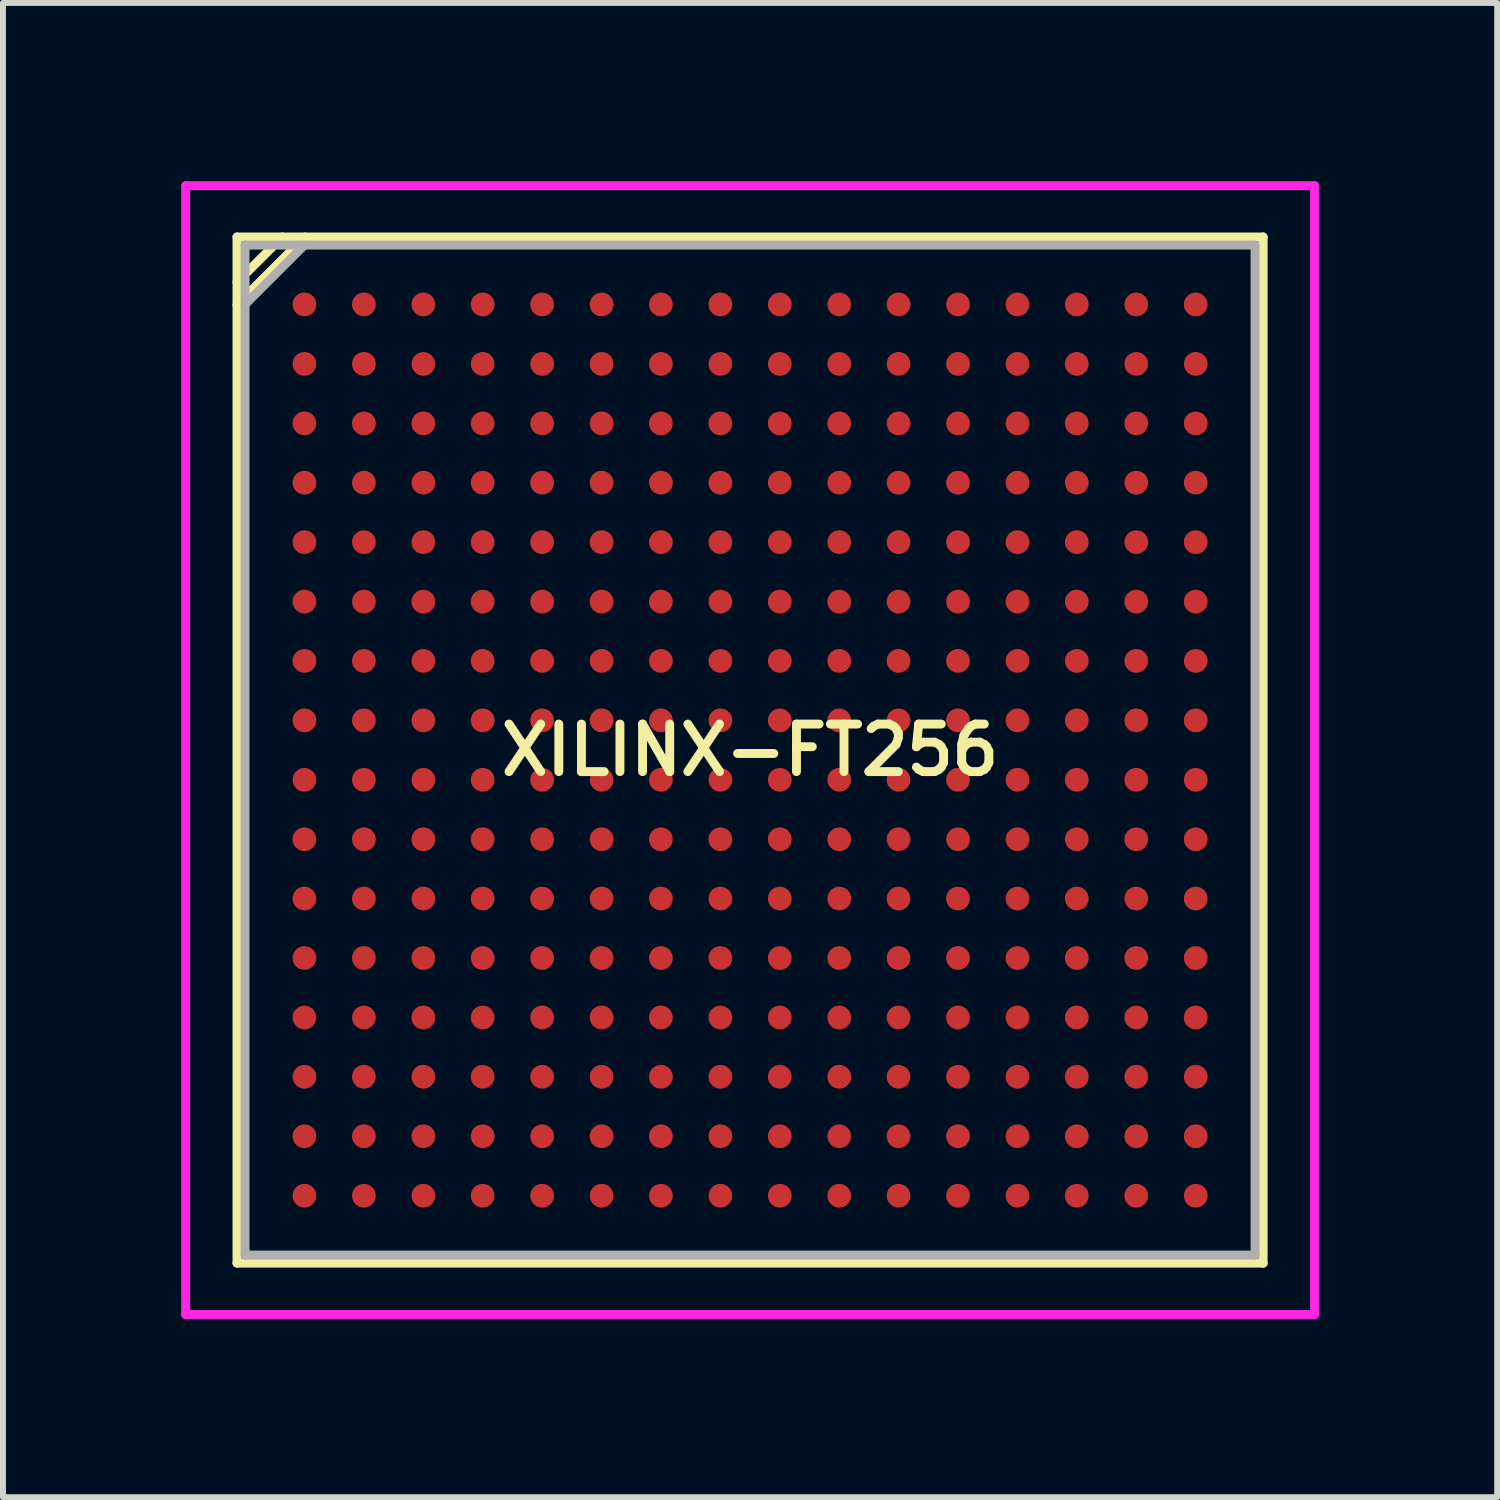
<source format=kicad_pcb>
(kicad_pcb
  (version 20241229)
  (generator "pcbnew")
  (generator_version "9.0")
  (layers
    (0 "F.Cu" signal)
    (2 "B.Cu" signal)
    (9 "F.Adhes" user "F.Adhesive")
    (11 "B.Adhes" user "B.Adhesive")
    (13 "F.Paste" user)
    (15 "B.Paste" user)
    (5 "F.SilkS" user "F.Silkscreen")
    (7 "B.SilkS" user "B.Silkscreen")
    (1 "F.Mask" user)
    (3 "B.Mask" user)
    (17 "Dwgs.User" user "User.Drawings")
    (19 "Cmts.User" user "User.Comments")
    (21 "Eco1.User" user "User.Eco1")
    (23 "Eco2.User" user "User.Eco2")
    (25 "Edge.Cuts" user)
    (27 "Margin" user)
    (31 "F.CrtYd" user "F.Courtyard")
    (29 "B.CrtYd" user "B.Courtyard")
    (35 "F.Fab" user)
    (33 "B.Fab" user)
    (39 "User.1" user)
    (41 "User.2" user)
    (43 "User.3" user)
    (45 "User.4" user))
  (footprint "XILINX-FT256"
    (layer "F.Cu")
    (at 9.575 9.575)
    (property "Reference" "XILINX-FT256" (at 0 0 0) (layer "F.SilkS") (effects (font (size 0.8 0.8) (thickness 0.15))))
    (attr smd)
    (fp_line (start -8.636 -8.636) (end 8.636 -8.636) (stroke (width 0.15) (type solid)) (layer "F.SilkS"))
    (fp_line (start -8.636 -7.874) (end -7.874 -8.636) (stroke (width 0.15) (type solid)) (layer "F.SilkS"))
    (fp_line (start -8.636 -7.493) (end -7.493 -8.636) (stroke (width 0.15) (type solid)) (layer "F.SilkS"))
    (fp_line (start -8.636 8.636) (end -8.636 -8.636) (stroke (width 0.15) (type solid)) (layer "F.SilkS"))
    (fp_line (start 8.636 -8.636) (end 8.636 8.636) (stroke (width 0.15) (type solid)) (layer "F.SilkS"))
    (fp_line (start 8.636 8.636) (end -8.636 8.636) (stroke (width 0.15) (type solid)) (layer "F.SilkS"))
    (fp_line (start -9.5 -9.5) (end 9.5 -9.5) (stroke (width 0.15) (type solid)) (layer "F.CrtYd"))
    (fp_line (start -9.5 9.5) (end -9.5 -9.5) (stroke (width 0.15) (type solid)) (layer "F.CrtYd"))
    (fp_line (start 9.5 -9.5) (end 9.5 9.5) (stroke (width 0.15) (type solid)) (layer "F.CrtYd"))
    (fp_line (start 9.5 9.5) (end -9.5 9.5) (stroke (width 0.15) (type solid)) (layer "F.CrtYd"))
    (fp_line (start -8.5 -8.5) (end 8.5 -8.5) (stroke (width 0.15) (type solid)) (layer "F.Fab"))
    (fp_line (start -8.5 8.5) (end -8.5 -8.5) (stroke (width 0.15) (type solid)) (layer "F.Fab"))
    (fp_line (start -7.5 -8.5) (end -8.5 -7.5) (stroke (width 0.15) (type solid)) (layer "F.Fab"))
    (fp_line (start 8.5 -8.5) (end 8.5 8.5) (stroke (width 0.15) (type solid)) (layer "F.Fab"))
    (fp_line (start 8.5 8.5) (end -8.5 8.5) (stroke (width 0.15) (type solid)) (layer "F.Fab"))
    (pad "A1" smd circle (at -7.501 -7.501) (size 0.4 0.4) (layers "F.Cu" "F.Mask" "F.Paste"))
    (pad "A2" smd circle (at -6.5 -7.501) (size 0.4 0.4) (layers "F.Cu" "F.Mask" "F.Paste"))
    (pad "A3" smd circle (at -5.499 -7.501) (size 0.4 0.4) (layers "F.Cu" "F.Mask" "F.Paste"))
    (pad "A4" smd circle (at -4.501 -7.501) (size 0.4 0.4) (layers "F.Cu" "F.Mask" "F.Paste"))
    (pad "A5" smd circle (at -3.5 -7.501) (size 0.4 0.4) (layers "F.Cu" "F.Mask" "F.Paste"))
    (pad "A6" smd circle (at -2.499 -7.501) (size 0.4 0.4) (layers "F.Cu" "F.Mask" "F.Paste"))
    (pad "A7" smd circle (at -1.501 -7.501) (size 0.4 0.4) (layers "F.Cu" "F.Mask" "F.Paste"))
    (pad "A8" smd circle (at -0.5 -7.501) (size 0.4 0.4) (layers "F.Cu" "F.Mask" "F.Paste"))
    (pad "A9" smd circle (at 0.5 -7.501) (size 0.4 0.4) (layers "F.Cu" "F.Mask" "F.Paste"))
    (pad "A10" smd circle (at 1.501 -7.501) (size 0.4 0.4) (layers "F.Cu" "F.Mask" "F.Paste"))
    (pad "A11" smd circle (at 2.499 -7.501) (size 0.4 0.4) (layers "F.Cu" "F.Mask" "F.Paste"))
    (pad "A12" smd circle (at 3.5 -7.501) (size 0.4 0.4) (layers "F.Cu" "F.Mask" "F.Paste"))
    (pad "A13" smd circle (at 4.501 -7.501) (size 0.4 0.4) (layers "F.Cu" "F.Mask" "F.Paste"))
    (pad "A14" smd circle (at 5.499 -7.501) (size 0.4 0.4) (layers "F.Cu" "F.Mask" "F.Paste"))
    (pad "A15" smd circle (at 6.5 -7.501) (size 0.4 0.4) (layers "F.Cu" "F.Mask" "F.Paste"))
    (pad "A16" smd circle (at 7.501 -7.501) (size 0.4 0.4) (layers "F.Cu" "F.Mask" "F.Paste"))
    (pad "B1" smd circle (at -7.501 -6.5) (size 0.4 0.4) (layers "F.Cu" "F.Mask" "F.Paste"))
    (pad "B2" smd circle (at -6.5 -6.5) (size 0.4 0.4) (layers "F.Cu" "F.Mask" "F.Paste"))
    (pad "B3" smd circle (at -5.499 -6.5) (size 0.4 0.4) (layers "F.Cu" "F.Mask" "F.Paste"))
    (pad "B4" smd circle (at -4.501 -6.5) (size 0.4 0.4) (layers "F.Cu" "F.Mask" "F.Paste"))
    (pad "B5" smd circle (at -3.5 -6.5) (size 0.4 0.4) (layers "F.Cu" "F.Mask" "F.Paste"))
    (pad "B6" smd circle (at -2.499 -6.5) (size 0.4 0.4) (layers "F.Cu" "F.Mask" "F.Paste"))
    (pad "B7" smd circle (at -1.501 -6.5) (size 0.4 0.4) (layers "F.Cu" "F.Mask" "F.Paste"))
    (pad "B8" smd circle (at -0.5 -6.5) (size 0.4 0.4) (layers "F.Cu" "F.Mask" "F.Paste"))
    (pad "B9" smd circle (at 0.5 -6.5) (size 0.4 0.4) (layers "F.Cu" "F.Mask" "F.Paste"))
    (pad "B10" smd circle (at 1.501 -6.5) (size 0.4 0.4) (layers "F.Cu" "F.Mask" "F.Paste"))
    (pad "B11" smd circle (at 2.499 -6.5) (size 0.4 0.4) (layers "F.Cu" "F.Mask" "F.Paste"))
    (pad "B12" smd circle (at 3.5 -6.5) (size 0.4 0.4) (layers "F.Cu" "F.Mask" "F.Paste"))
    (pad "B13" smd circle (at 4.501 -6.5) (size 0.4 0.4) (layers "F.Cu" "F.Mask" "F.Paste"))
    (pad "B14" smd circle (at 5.499 -6.5) (size 0.4 0.4) (layers "F.Cu" "F.Mask" "F.Paste"))
    (pad "B15" smd circle (at 6.5 -6.5) (size 0.4 0.4) (layers "F.Cu" "F.Mask" "F.Paste"))
    (pad "B16" smd circle (at 7.501 -6.5) (size 0.4 0.4) (layers "F.Cu" "F.Mask" "F.Paste"))
    (pad "C1" smd circle (at -7.501 -5.499) (size 0.4 0.4) (layers "F.Cu" "F.Mask" "F.Paste"))
    (pad "C2" smd circle (at -6.5 -5.499) (size 0.4 0.4) (layers "F.Cu" "F.Mask" "F.Paste"))
    (pad "C3" smd circle (at -5.499 -5.499) (size 0.4 0.4) (layers "F.Cu" "F.Mask" "F.Paste"))
    (pad "C4" smd circle (at -4.501 -5.499) (size 0.4 0.4) (layers "F.Cu" "F.Mask" "F.Paste"))
    (pad "C5" smd circle (at -3.5 -5.499) (size 0.4 0.4) (layers "F.Cu" "F.Mask" "F.Paste"))
    (pad "C6" smd circle (at -2.499 -5.499) (size 0.4 0.4) (layers "F.Cu" "F.Mask" "F.Paste"))
    (pad "C7" smd circle (at -1.501 -5.499) (size 0.4 0.4) (layers "F.Cu" "F.Mask" "F.Paste"))
    (pad "C8" smd circle (at -0.5 -5.499) (size 0.4 0.4) (layers "F.Cu" "F.Mask" "F.Paste"))
    (pad "C9" smd circle (at 0.5 -5.499) (size 0.4 0.4) (layers "F.Cu" "F.Mask" "F.Paste"))
    (pad "C10" smd circle (at 1.501 -5.499) (size 0.4 0.4) (layers "F.Cu" "F.Mask" "F.Paste"))
    (pad "C11" smd circle (at 2.499 -5.499) (size 0.4 0.4) (layers "F.Cu" "F.Mask" "F.Paste"))
    (pad "C12" smd circle (at 3.5 -5.499) (size 0.4 0.4) (layers "F.Cu" "F.Mask" "F.Paste"))
    (pad "C13" smd circle (at 4.501 -5.499) (size 0.4 0.4) (layers "F.Cu" "F.Mask" "F.Paste"))
    (pad "C14" smd circle (at 5.499 -5.499) (size 0.4 0.4) (layers "F.Cu" "F.Mask" "F.Paste"))
    (pad "C15" smd circle (at 6.5 -5.499) (size 0.4 0.4) (layers "F.Cu" "F.Mask" "F.Paste"))
    (pad "C16" smd circle (at 7.501 -5.499) (size 0.4 0.4) (layers "F.Cu" "F.Mask" "F.Paste"))
    (pad "D1" smd circle (at -7.501 -4.501) (size 0.4 0.4) (layers "F.Cu" "F.Mask" "F.Paste"))
    (pad "D2" smd circle (at -6.5 -4.501) (size 0.4 0.4) (layers "F.Cu" "F.Mask" "F.Paste"))
    (pad "D3" smd circle (at -5.499 -4.501) (size 0.4 0.4) (layers "F.Cu" "F.Mask" "F.Paste"))
    (pad "D4" smd circle (at -4.501 -4.501) (size 0.4 0.4) (layers "F.Cu" "F.Mask" "F.Paste"))
    (pad "D5" smd circle (at -3.5 -4.501) (size 0.4 0.4) (layers "F.Cu" "F.Mask" "F.Paste"))
    (pad "D6" smd circle (at -2.499 -4.501) (size 0.4 0.4) (layers "F.Cu" "F.Mask" "F.Paste"))
    (pad "D7" smd circle (at -1.501 -4.501) (size 0.4 0.4) (layers "F.Cu" "F.Mask" "F.Paste"))
    (pad "D8" smd circle (at -0.5 -4.501) (size 0.4 0.4) (layers "F.Cu" "F.Mask" "F.Paste"))
    (pad "D9" smd circle (at 0.5 -4.501) (size 0.4 0.4) (layers "F.Cu" "F.Mask" "F.Paste"))
    (pad "D10" smd circle (at 1.501 -4.501) (size 0.4 0.4) (layers "F.Cu" "F.Mask" "F.Paste"))
    (pad "D11" smd circle (at 2.499 -4.501) (size 0.4 0.4) (layers "F.Cu" "F.Mask" "F.Paste"))
    (pad "D12" smd circle (at 3.5 -4.501) (size 0.4 0.4) (layers "F.Cu" "F.Mask" "F.Paste"))
    (pad "D13" smd circle (at 4.501 -4.501) (size 0.4 0.4) (layers "F.Cu" "F.Mask" "F.Paste"))
    (pad "D14" smd circle (at 5.499 -4.501) (size 0.4 0.4) (layers "F.Cu" "F.Mask" "F.Paste"))
    (pad "D15" smd circle (at 6.5 -4.501) (size 0.4 0.4) (layers "F.Cu" "F.Mask" "F.Paste"))
    (pad "D16" smd circle (at 7.501 -4.501) (size 0.4 0.4) (layers "F.Cu" "F.Mask" "F.Paste"))
    (pad "E1" smd circle (at -7.501 -3.5) (size 0.4 0.4) (layers "F.Cu" "F.Mask" "F.Paste"))
    (pad "E2" smd circle (at -6.5 -3.5) (size 0.4 0.4) (layers "F.Cu" "F.Mask" "F.Paste"))
    (pad "E3" smd circle (at -5.499 -3.5) (size 0.4 0.4) (layers "F.Cu" "F.Mask" "F.Paste"))
    (pad "E4" smd circle (at -4.501 -3.5) (size 0.4 0.4) (layers "F.Cu" "F.Mask" "F.Paste"))
    (pad "E5" smd circle (at -3.5 -3.5) (size 0.4 0.4) (layers "F.Cu" "F.Mask" "F.Paste"))
    (pad "E6" smd circle (at -2.499 -3.5) (size 0.4 0.4) (layers "F.Cu" "F.Mask" "F.Paste"))
    (pad "E7" smd circle (at -1.501 -3.5) (size 0.4 0.4) (layers "F.Cu" "F.Mask" "F.Paste"))
    (pad "E8" smd circle (at -0.5 -3.5) (size 0.4 0.4) (layers "F.Cu" "F.Mask" "F.Paste"))
    (pad "E9" smd circle (at 0.5 -3.5) (size 0.4 0.4) (layers "F.Cu" "F.Mask" "F.Paste"))
    (pad "E10" smd circle (at 1.501 -3.5) (size 0.4 0.4) (layers "F.Cu" "F.Mask" "F.Paste"))
    (pad "E11" smd circle (at 2.499 -3.5) (size 0.4 0.4) (layers "F.Cu" "F.Mask" "F.Paste"))
    (pad "E12" smd circle (at 3.5 -3.5) (size 0.4 0.4) (layers "F.Cu" "F.Mask" "F.Paste"))
    (pad "E13" smd circle (at 4.501 -3.5) (size 0.4 0.4) (layers "F.Cu" "F.Mask" "F.Paste"))
    (pad "E14" smd circle (at 5.499 -3.5) (size 0.4 0.4) (layers "F.Cu" "F.Mask" "F.Paste"))
    (pad "E15" smd circle (at 6.5 -3.5) (size 0.4 0.4) (layers "F.Cu" "F.Mask" "F.Paste"))
    (pad "E16" smd circle (at 7.501 -3.5) (size 0.4 0.4) (layers "F.Cu" "F.Mask" "F.Paste"))
    (pad "F1" smd circle (at -7.501 -2.499) (size 0.4 0.4) (layers "F.Cu" "F.Mask" "F.Paste"))
    (pad "F2" smd circle (at -6.5 -2.499) (size 0.4 0.4) (layers "F.Cu" "F.Mask" "F.Paste"))
    (pad "F3" smd circle (at -5.499 -2.499) (size 0.4 0.4) (layers "F.Cu" "F.Mask" "F.Paste"))
    (pad "F4" smd circle (at -4.501 -2.499) (size 0.4 0.4) (layers "F.Cu" "F.Mask" "F.Paste"))
    (pad "F5" smd circle (at -3.5 -2.499) (size 0.4 0.4) (layers "F.Cu" "F.Mask" "F.Paste"))
    (pad "F6" smd circle (at -2.499 -2.499) (size 0.4 0.4) (layers "F.Cu" "F.Mask" "F.Paste"))
    (pad "F7" smd circle (at -1.501 -2.499) (size 0.4 0.4) (layers "F.Cu" "F.Mask" "F.Paste"))
    (pad "F8" smd circle (at -0.5 -2.499) (size 0.4 0.4) (layers "F.Cu" "F.Mask" "F.Paste"))
    (pad "F9" smd circle (at 0.5 -2.499) (size 0.4 0.4) (layers "F.Cu" "F.Mask" "F.Paste"))
    (pad "F10" smd circle (at 1.501 -2.499) (size 0.4 0.4) (layers "F.Cu" "F.Mask" "F.Paste"))
    (pad "F11" smd circle (at 2.499 -2.499) (size 0.4 0.4) (layers "F.Cu" "F.Mask" "F.Paste"))
    (pad "F12" smd circle (at 3.5 -2.499) (size 0.4 0.4) (layers "F.Cu" "F.Mask" "F.Paste"))
    (pad "F13" smd circle (at 4.501 -2.499) (size 0.4 0.4) (layers "F.Cu" "F.Mask" "F.Paste"))
    (pad "F14" smd circle (at 5.499 -2.499) (size 0.4 0.4) (layers "F.Cu" "F.Mask" "F.Paste"))
    (pad "F15" smd circle (at 6.5 -2.499) (size 0.4 0.4) (layers "F.Cu" "F.Mask" "F.Paste"))
    (pad "F16" smd circle (at 7.501 -2.499) (size 0.4 0.4) (layers "F.Cu" "F.Mask" "F.Paste"))
    (pad "G1" smd circle (at -7.501 -1.501) (size 0.4 0.4) (layers "F.Cu" "F.Mask" "F.Paste"))
    (pad "G2" smd circle (at -6.5 -1.501) (size 0.4 0.4) (layers "F.Cu" "F.Mask" "F.Paste"))
    (pad "G3" smd circle (at -5.499 -1.501) (size 0.4 0.4) (layers "F.Cu" "F.Mask" "F.Paste"))
    (pad "G4" smd circle (at -4.501 -1.501) (size 0.4 0.4) (layers "F.Cu" "F.Mask" "F.Paste"))
    (pad "G5" smd circle (at -3.5 -1.501) (size 0.4 0.4) (layers "F.Cu" "F.Mask" "F.Paste"))
    (pad "G6" smd circle (at -2.499 -1.501) (size 0.4 0.4) (layers "F.Cu" "F.Mask" "F.Paste"))
    (pad "G7" smd circle (at -1.501 -1.501) (size 0.4 0.4) (layers "F.Cu" "F.Mask" "F.Paste"))
    (pad "G8" smd circle (at -0.5 -1.501) (size 0.4 0.4) (layers "F.Cu" "F.Mask" "F.Paste"))
    (pad "G9" smd circle (at 0.5 -1.501) (size 0.4 0.4) (layers "F.Cu" "F.Mask" "F.Paste"))
    (pad "G10" smd circle (at 1.501 -1.501) (size 0.4 0.4) (layers "F.Cu" "F.Mask" "F.Paste"))
    (pad "G11" smd circle (at 2.499 -1.501) (size 0.4 0.4) (layers "F.Cu" "F.Mask" "F.Paste"))
    (pad "G12" smd circle (at 3.5 -1.501) (size 0.4 0.4) (layers "F.Cu" "F.Mask" "F.Paste"))
    (pad "G13" smd circle (at 4.501 -1.501) (size 0.4 0.4) (layers "F.Cu" "F.Mask" "F.Paste"))
    (pad "G14" smd circle (at 5.499 -1.501) (size 0.4 0.4) (layers "F.Cu" "F.Mask" "F.Paste"))
    (pad "G15" smd circle (at 6.5 -1.501) (size 0.4 0.4) (layers "F.Cu" "F.Mask" "F.Paste"))
    (pad "G16" smd circle (at 7.501 -1.501) (size 0.4 0.4) (layers "F.Cu" "F.Mask" "F.Paste"))
    (pad "H1" smd circle (at -7.501 -0.5) (size 0.4 0.4) (layers "F.Cu" "F.Mask" "F.Paste"))
    (pad "H2" smd circle (at -6.5 -0.5) (size 0.4 0.4) (layers "F.Cu" "F.Mask" "F.Paste"))
    (pad "H3" smd circle (at -5.499 -0.5) (size 0.4 0.4) (layers "F.Cu" "F.Mask" "F.Paste"))
    (pad "H4" smd circle (at -4.501 -0.5) (size 0.4 0.4) (layers "F.Cu" "F.Mask" "F.Paste"))
    (pad "H5" smd circle (at -3.5 -0.5) (size 0.4 0.4) (layers "F.Cu" "F.Mask" "F.Paste"))
    (pad "H6" smd circle (at -2.499 -0.5) (size 0.4 0.4) (layers "F.Cu" "F.Mask" "F.Paste"))
    (pad "H7" smd circle (at -1.501 -0.5) (size 0.4 0.4) (layers "F.Cu" "F.Mask" "F.Paste"))
    (pad "H8" smd circle (at -0.5 -0.5) (size 0.4 0.4) (layers "F.Cu" "F.Mask" "F.Paste"))
    (pad "H9" smd circle (at 0.5 -0.5) (size 0.4 0.4) (layers "F.Cu" "F.Mask" "F.Paste"))
    (pad "H10" smd circle (at 1.501 -0.5) (size 0.4 0.4) (layers "F.Cu" "F.Mask" "F.Paste"))
    (pad "H11" smd circle (at 2.499 -0.5) (size 0.4 0.4) (layers "F.Cu" "F.Mask" "F.Paste"))
    (pad "H12" smd circle (at 3.5 -0.5) (size 0.4 0.4) (layers "F.Cu" "F.Mask" "F.Paste"))
    (pad "H13" smd circle (at 4.501 -0.5) (size 0.4 0.4) (layers "F.Cu" "F.Mask" "F.Paste"))
    (pad "H14" smd circle (at 5.499 -0.5) (size 0.4 0.4) (layers "F.Cu" "F.Mask" "F.Paste"))
    (pad "H15" smd circle (at 6.5 -0.5) (size 0.4 0.4) (layers "F.Cu" "F.Mask" "F.Paste"))
    (pad "H16" smd circle (at 7.501 -0.5) (size 0.4 0.4) (layers "F.Cu" "F.Mask" "F.Paste"))
    (pad "J1" smd circle (at -7.501 0.5) (size 0.4 0.4) (layers "F.Cu" "F.Mask" "F.Paste"))
    (pad "J2" smd circle (at -6.5 0.5) (size 0.4 0.4) (layers "F.Cu" "F.Mask" "F.Paste"))
    (pad "J3" smd circle (at -5.499 0.5) (size 0.4 0.4) (layers "F.Cu" "F.Mask" "F.Paste"))
    (pad "J4" smd circle (at -4.501 0.5) (size 0.4 0.4) (layers "F.Cu" "F.Mask" "F.Paste"))
    (pad "J5" smd circle (at -3.5 0.5) (size 0.4 0.4) (layers "F.Cu" "F.Mask" "F.Paste"))
    (pad "J6" smd circle (at -2.499 0.5) (size 0.4 0.4) (layers "F.Cu" "F.Mask" "F.Paste"))
    (pad "J7" smd circle (at -1.501 0.5) (size 0.4 0.4) (layers "F.Cu" "F.Mask" "F.Paste"))
    (pad "J8" smd circle (at -0.5 0.5) (size 0.4 0.4) (layers "F.Cu" "F.Mask" "F.Paste"))
    (pad "J9" smd circle (at 0.5 0.5) (size 0.4 0.4) (layers "F.Cu" "F.Mask" "F.Paste"))
    (pad "J10" smd circle (at 1.501 0.5) (size 0.4 0.4) (layers "F.Cu" "F.Mask" "F.Paste"))
    (pad "J11" smd circle (at 2.499 0.5) (size 0.4 0.4) (layers "F.Cu" "F.Mask" "F.Paste"))
    (pad "J12" smd circle (at 3.5 0.5) (size 0.4 0.4) (layers "F.Cu" "F.Mask" "F.Paste"))
    (pad "J13" smd circle (at 4.501 0.5) (size 0.4 0.4) (layers "F.Cu" "F.Mask" "F.Paste"))
    (pad "J14" smd circle (at 5.499 0.5) (size 0.4 0.4) (layers "F.Cu" "F.Mask" "F.Paste"))
    (pad "J15" smd circle (at 6.5 0.5) (size 0.4 0.4) (layers "F.Cu" "F.Mask" "F.Paste"))
    (pad "J16" smd circle (at 7.501 0.5) (size 0.4 0.4) (layers "F.Cu" "F.Mask" "F.Paste"))
    (pad "K1" smd circle (at -7.501 1.501) (size 0.4 0.4) (layers "F.Cu" "F.Mask" "F.Paste"))
    (pad "K2" smd circle (at -6.5 1.501) (size 0.4 0.4) (layers "F.Cu" "F.Mask" "F.Paste"))
    (pad "K3" smd circle (at -5.499 1.501) (size 0.4 0.4) (layers "F.Cu" "F.Mask" "F.Paste"))
    (pad "K4" smd circle (at -4.501 1.501) (size 0.4 0.4) (layers "F.Cu" "F.Mask" "F.Paste"))
    (pad "K5" smd circle (at -3.5 1.501) (size 0.4 0.4) (layers "F.Cu" "F.Mask" "F.Paste"))
    (pad "K6" smd circle (at -2.499 1.501) (size 0.4 0.4) (layers "F.Cu" "F.Mask" "F.Paste"))
    (pad "K7" smd circle (at -1.501 1.501) (size 0.4 0.4) (layers "F.Cu" "F.Mask" "F.Paste"))
    (pad "K8" smd circle (at -0.5 1.501) (size 0.4 0.4) (layers "F.Cu" "F.Mask" "F.Paste"))
    (pad "K9" smd circle (at 0.5 1.501) (size 0.4 0.4) (layers "F.Cu" "F.Mask" "F.Paste"))
    (pad "K10" smd circle (at 1.501 1.501) (size 0.4 0.4) (layers "F.Cu" "F.Mask" "F.Paste"))
    (pad "K11" smd circle (at 2.499 1.501) (size 0.4 0.4) (layers "F.Cu" "F.Mask" "F.Paste"))
    (pad "K12" smd circle (at 3.5 1.501) (size 0.4 0.4) (layers "F.Cu" "F.Mask" "F.Paste"))
    (pad "K13" smd circle (at 4.501 1.501) (size 0.4 0.4) (layers "F.Cu" "F.Mask" "F.Paste"))
    (pad "K14" smd circle (at 5.499 1.501) (size 0.4 0.4) (layers "F.Cu" "F.Mask" "F.Paste"))
    (pad "K15" smd circle (at 6.5 1.501) (size 0.4 0.4) (layers "F.Cu" "F.Mask" "F.Paste"))
    (pad "K16" smd circle (at 7.501 1.501) (size 0.4 0.4) (layers "F.Cu" "F.Mask" "F.Paste"))
    (pad "L1" smd circle (at -7.501 2.499) (size 0.4 0.4) (layers "F.Cu" "F.Mask" "F.Paste"))
    (pad "L2" smd circle (at -6.5 2.499) (size 0.4 0.4) (layers "F.Cu" "F.Mask" "F.Paste"))
    (pad "L3" smd circle (at -5.499 2.499) (size 0.4 0.4) (layers "F.Cu" "F.Mask" "F.Paste"))
    (pad "L4" smd circle (at -4.501 2.499) (size 0.4 0.4) (layers "F.Cu" "F.Mask" "F.Paste"))
    (pad "L5" smd circle (at -3.5 2.499) (size 0.4 0.4) (layers "F.Cu" "F.Mask" "F.Paste"))
    (pad "L6" smd circle (at -2.499 2.499) (size 0.4 0.4) (layers "F.Cu" "F.Mask" "F.Paste"))
    (pad "L7" smd circle (at -1.501 2.499) (size 0.4 0.4) (layers "F.Cu" "F.Mask" "F.Paste"))
    (pad "L8" smd circle (at -0.5 2.499) (size 0.4 0.4) (layers "F.Cu" "F.Mask" "F.Paste"))
    (pad "L9" smd circle (at 0.5 2.499) (size 0.4 0.4) (layers "F.Cu" "F.Mask" "F.Paste"))
    (pad "L10" smd circle (at 1.501 2.499) (size 0.4 0.4) (layers "F.Cu" "F.Mask" "F.Paste"))
    (pad "L11" smd circle (at 2.499 2.499) (size 0.4 0.4) (layers "F.Cu" "F.Mask" "F.Paste"))
    (pad "L12" smd circle (at 3.5 2.499) (size 0.4 0.4) (layers "F.Cu" "F.Mask" "F.Paste"))
    (pad "L13" smd circle (at 4.501 2.499) (size 0.4 0.4) (layers "F.Cu" "F.Mask" "F.Paste"))
    (pad "L14" smd circle (at 5.499 2.499) (size 0.4 0.4) (layers "F.Cu" "F.Mask" "F.Paste"))
    (pad "L15" smd circle (at 6.5 2.499) (size 0.4 0.4) (layers "F.Cu" "F.Mask" "F.Paste"))
    (pad "L16" smd circle (at 7.501 2.499) (size 0.4 0.4) (layers "F.Cu" "F.Mask" "F.Paste"))
    (pad "M1" smd circle (at -7.501 3.5) (size 0.4 0.4) (layers "F.Cu" "F.Mask" "F.Paste"))
    (pad "M2" smd circle (at -6.5 3.5) (size 0.4 0.4) (layers "F.Cu" "F.Mask" "F.Paste"))
    (pad "M3" smd circle (at -5.499 3.5) (size 0.4 0.4) (layers "F.Cu" "F.Mask" "F.Paste"))
    (pad "M4" smd circle (at -4.501 3.5) (size 0.4 0.4) (layers "F.Cu" "F.Mask" "F.Paste"))
    (pad "M5" smd circle (at -3.5 3.5) (size 0.4 0.4) (layers "F.Cu" "F.Mask" "F.Paste"))
    (pad "M6" smd circle (at -2.499 3.5) (size 0.4 0.4) (layers "F.Cu" "F.Mask" "F.Paste"))
    (pad "M7" smd circle (at -1.501 3.5) (size 0.4 0.4) (layers "F.Cu" "F.Mask" "F.Paste"))
    (pad "M8" smd circle (at -0.5 3.5) (size 0.4 0.4) (layers "F.Cu" "F.Mask" "F.Paste"))
    (pad "M9" smd circle (at 0.5 3.5) (size 0.4 0.4) (layers "F.Cu" "F.Mask" "F.Paste"))
    (pad "M10" smd circle (at 1.501 3.5) (size 0.4 0.4) (layers "F.Cu" "F.Mask" "F.Paste"))
    (pad "M11" smd circle (at 2.499 3.5) (size 0.4 0.4) (layers "F.Cu" "F.Mask" "F.Paste"))
    (pad "M12" smd circle (at 3.5 3.5) (size 0.4 0.4) (layers "F.Cu" "F.Mask" "F.Paste"))
    (pad "M13" smd circle (at 4.501 3.5) (size 0.4 0.4) (layers "F.Cu" "F.Mask" "F.Paste"))
    (pad "M14" smd circle (at 5.499 3.5) (size 0.4 0.4) (layers "F.Cu" "F.Mask" "F.Paste"))
    (pad "M15" smd circle (at 6.5 3.5) (size 0.4 0.4) (layers "F.Cu" "F.Mask" "F.Paste"))
    (pad "M16" smd circle (at 7.501 3.5) (size 0.4 0.4) (layers "F.Cu" "F.Mask" "F.Paste"))
    (pad "N1" smd circle (at -7.501 4.501) (size 0.4 0.4) (layers "F.Cu" "F.Mask" "F.Paste"))
    (pad "N2" smd circle (at -6.5 4.501) (size 0.4 0.4) (layers "F.Cu" "F.Mask" "F.Paste"))
    (pad "N3" smd circle (at -5.499 4.501) (size 0.4 0.4) (layers "F.Cu" "F.Mask" "F.Paste"))
    (pad "N4" smd circle (at -4.501 4.501) (size 0.4 0.4) (layers "F.Cu" "F.Mask" "F.Paste"))
    (pad "N5" smd circle (at -3.5 4.501) (size 0.4 0.4) (layers "F.Cu" "F.Mask" "F.Paste"))
    (pad "N6" smd circle (at -2.499 4.501) (size 0.4 0.4) (layers "F.Cu" "F.Mask" "F.Paste"))
    (pad "N7" smd circle (at -1.501 4.501) (size 0.4 0.4) (layers "F.Cu" "F.Mask" "F.Paste"))
    (pad "N8" smd circle (at -0.5 4.501) (size 0.4 0.4) (layers "F.Cu" "F.Mask" "F.Paste"))
    (pad "N9" smd circle (at 0.5 4.501) (size 0.4 0.4) (layers "F.Cu" "F.Mask" "F.Paste"))
    (pad "N10" smd circle (at 1.501 4.501) (size 0.4 0.4) (layers "F.Cu" "F.Mask" "F.Paste"))
    (pad "N11" smd circle (at 2.499 4.501) (size 0.4 0.4) (layers "F.Cu" "F.Mask" "F.Paste"))
    (pad "N12" smd circle (at 3.5 4.501) (size 0.4 0.4) (layers "F.Cu" "F.Mask" "F.Paste"))
    (pad "N13" smd circle (at 4.501 4.501) (size 0.4 0.4) (layers "F.Cu" "F.Mask" "F.Paste"))
    (pad "N14" smd circle (at 5.499 4.501) (size 0.4 0.4) (layers "F.Cu" "F.Mask" "F.Paste"))
    (pad "N15" smd circle (at 6.5 4.501) (size 0.4 0.4) (layers "F.Cu" "F.Mask" "F.Paste"))
    (pad "N16" smd circle (at 7.501 4.501) (size 0.4 0.4) (layers "F.Cu" "F.Mask" "F.Paste"))
    (pad "P1" smd circle (at -7.501 5.499) (size 0.4 0.4) (layers "F.Cu" "F.Mask" "F.Paste"))
    (pad "P2" smd circle (at -6.5 5.499) (size 0.4 0.4) (layers "F.Cu" "F.Mask" "F.Paste"))
    (pad "P3" smd circle (at -5.499 5.499) (size 0.4 0.4) (layers "F.Cu" "F.Mask" "F.Paste"))
    (pad "P4" smd circle (at -4.501 5.499) (size 0.4 0.4) (layers "F.Cu" "F.Mask" "F.Paste"))
    (pad "P5" smd circle (at -3.5 5.499) (size 0.4 0.4) (layers "F.Cu" "F.Mask" "F.Paste"))
    (pad "P6" smd circle (at -2.499 5.499) (size 0.4 0.4) (layers "F.Cu" "F.Mask" "F.Paste"))
    (pad "P7" smd circle (at -1.501 5.499) (size 0.4 0.4) (layers "F.Cu" "F.Mask" "F.Paste"))
    (pad "P8" smd circle (at -0.5 5.499) (size 0.4 0.4) (layers "F.Cu" "F.Mask" "F.Paste"))
    (pad "P9" smd circle (at 0.5 5.499) (size 0.4 0.4) (layers "F.Cu" "F.Mask" "F.Paste"))
    (pad "P10" smd circle (at 1.501 5.499) (size 0.4 0.4) (layers "F.Cu" "F.Mask" "F.Paste"))
    (pad "P11" smd circle (at 2.499 5.499) (size 0.4 0.4) (layers "F.Cu" "F.Mask" "F.Paste"))
    (pad "P12" smd circle (at 3.5 5.499) (size 0.4 0.4) (layers "F.Cu" "F.Mask" "F.Paste"))
    (pad "P13" smd circle (at 4.501 5.499) (size 0.4 0.4) (layers "F.Cu" "F.Mask" "F.Paste"))
    (pad "P14" smd circle (at 5.499 5.499) (size 0.4 0.4) (layers "F.Cu" "F.Mask" "F.Paste"))
    (pad "P15" smd circle (at 6.5 5.499) (size 0.4 0.4) (layers "F.Cu" "F.Mask" "F.Paste"))
    (pad "P16" smd circle (at 7.501 5.499) (size 0.4 0.4) (layers "F.Cu" "F.Mask" "F.Paste"))
    (pad "R1" smd circle (at -7.501 6.5) (size 0.4 0.4) (layers "F.Cu" "F.Mask" "F.Paste"))
    (pad "R2" smd circle (at -6.5 6.5) (size 0.4 0.4) (layers "F.Cu" "F.Mask" "F.Paste"))
    (pad "R3" smd circle (at -5.499 6.5) (size 0.4 0.4) (layers "F.Cu" "F.Mask" "F.Paste"))
    (pad "R4" smd circle (at -4.501 6.5) (size 0.4 0.4) (layers "F.Cu" "F.Mask" "F.Paste"))
    (pad "R5" smd circle (at -3.5 6.5) (size 0.4 0.4) (layers "F.Cu" "F.Mask" "F.Paste"))
    (pad "R6" smd circle (at -2.499 6.5) (size 0.4 0.4) (layers "F.Cu" "F.Mask" "F.Paste"))
    (pad "R7" smd circle (at -1.501 6.5) (size 0.4 0.4) (layers "F.Cu" "F.Mask" "F.Paste"))
    (pad "R8" smd circle (at -0.5 6.5) (size 0.4 0.4) (layers "F.Cu" "F.Mask" "F.Paste"))
    (pad "R9" smd circle (at 0.5 6.5) (size 0.4 0.4) (layers "F.Cu" "F.Mask" "F.Paste"))
    (pad "R10" smd circle (at 1.501 6.5) (size 0.4 0.4) (layers "F.Cu" "F.Mask" "F.Paste"))
    (pad "R11" smd circle (at 2.499 6.5) (size 0.4 0.4) (layers "F.Cu" "F.Mask" "F.Paste"))
    (pad "R12" smd circle (at 3.5 6.5) (size 0.4 0.4) (layers "F.Cu" "F.Mask" "F.Paste"))
    (pad "R13" smd circle (at 4.501 6.5) (size 0.4 0.4) (layers "F.Cu" "F.Mask" "F.Paste"))
    (pad "R14" smd circle (at 5.499 6.5) (size 0.4 0.4) (layers "F.Cu" "F.Mask" "F.Paste"))
    (pad "R15" smd circle (at 6.5 6.5) (size 0.4 0.4) (layers "F.Cu" "F.Mask" "F.Paste"))
    (pad "R16" smd circle (at 7.501 6.5) (size 0.4 0.4) (layers "F.Cu" "F.Mask" "F.Paste"))
    (pad "T1" smd circle (at -7.501 7.501) (size 0.4 0.4) (layers "F.Cu" "F.Mask" "F.Paste"))
    (pad "T2" smd circle (at -6.5 7.501) (size 0.4 0.4) (layers "F.Cu" "F.Mask" "F.Paste"))
    (pad "T3" smd circle (at -5.499 7.501) (size 0.4 0.4) (layers "F.Cu" "F.Mask" "F.Paste"))
    (pad "T4" smd circle (at -4.501 7.501) (size 0.4 0.4) (layers "F.Cu" "F.Mask" "F.Paste"))
    (pad "T5" smd circle (at -3.5 7.501) (size 0.4 0.4) (layers "F.Cu" "F.Mask" "F.Paste"))
    (pad "T6" smd circle (at -2.499 7.501) (size 0.4 0.4) (layers "F.Cu" "F.Mask" "F.Paste"))
    (pad "T7" smd circle (at -1.501 7.501) (size 0.4 0.4) (layers "F.Cu" "F.Mask" "F.Paste"))
    (pad "T8" smd circle (at -0.5 7.501) (size 0.4 0.4) (layers "F.Cu" "F.Mask" "F.Paste"))
    (pad "T9" smd circle (at 0.5 7.501) (size 0.4 0.4) (layers "F.Cu" "F.Mask" "F.Paste"))
    (pad "T10" smd circle (at 1.501 7.501) (size 0.4 0.4) (layers "F.Cu" "F.Mask" "F.Paste"))
    (pad "T11" smd circle (at 2.499 7.501) (size 0.4 0.4) (layers "F.Cu" "F.Mask" "F.Paste"))
    (pad "T12" smd circle (at 3.5 7.501) (size 0.4 0.4) (layers "F.Cu" "F.Mask" "F.Paste"))
    (pad "T13" smd circle (at 4.501 7.501) (size 0.4 0.4) (layers "F.Cu" "F.Mask" "F.Paste"))
    (pad "T14" smd circle (at 5.499 7.501) (size 0.4 0.4) (layers "F.Cu" "F.Mask" "F.Paste"))
    (pad "T15" smd circle (at 6.5 7.501) (size 0.4 0.4) (layers "F.Cu" "F.Mask" "F.Paste"))
    (pad "T16" smd circle (at 7.501 7.501) (size 0.4 0.4) (layers "F.Cu" "F.Mask" "F.Paste")))
  (gr_rect
    (start -3 -3)
    (end 22.15 22.15)
    (stroke (width 0.1) (type default))
    (fill no)
    (layer "Edge.Cuts")))
</source>
